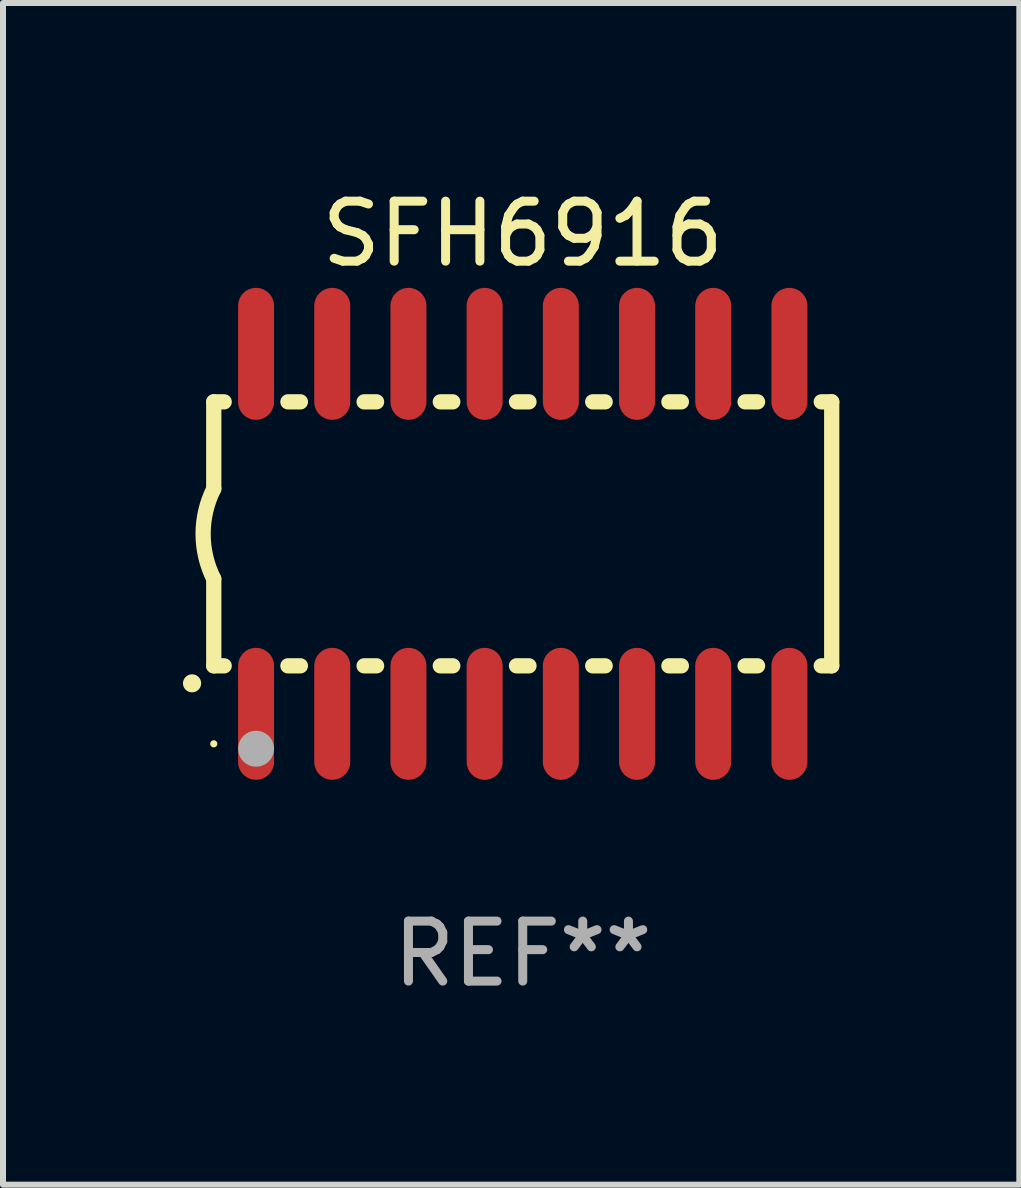
<source format=kicad_pcb>
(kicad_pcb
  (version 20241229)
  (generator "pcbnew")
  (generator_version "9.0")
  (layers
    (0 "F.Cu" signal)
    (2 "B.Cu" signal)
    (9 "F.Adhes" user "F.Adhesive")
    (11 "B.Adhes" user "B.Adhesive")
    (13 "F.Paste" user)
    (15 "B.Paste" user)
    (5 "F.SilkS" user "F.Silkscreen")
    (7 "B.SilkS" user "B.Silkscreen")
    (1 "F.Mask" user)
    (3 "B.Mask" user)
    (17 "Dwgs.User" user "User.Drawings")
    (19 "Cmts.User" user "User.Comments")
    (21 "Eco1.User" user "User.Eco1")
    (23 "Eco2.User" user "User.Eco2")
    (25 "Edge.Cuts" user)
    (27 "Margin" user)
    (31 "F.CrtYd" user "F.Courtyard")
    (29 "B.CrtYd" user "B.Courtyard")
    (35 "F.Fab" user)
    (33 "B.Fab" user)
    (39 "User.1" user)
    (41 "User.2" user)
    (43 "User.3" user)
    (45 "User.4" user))
  (footprint "SFH6916"
    (layer "F.Cu")
    (at 5.663 5.848)
    (property "Reference" "SFH6916" (at 0 -5 0) (layer "F.SilkS") (effects (font (size 1 1) (thickness 0.15))))
    (attr through_hole)
    (fp_line (start -5.15 -2.2) (end -5.15 -0.75) (stroke (width 0.254) (type solid)) (layer "F.SilkS"))
    (fp_line (start -5.15 -2.2) (end -4.976 -2.2) (stroke (width 0.254) (type solid)) (layer "F.SilkS"))
    (fp_line (start -5.15 2.2) (end -5.15 0.75) (stroke (width 0.254) (type solid)) (layer "F.SilkS"))
    (fp_line (start -5.15 2.2) (end -4.976 2.2) (stroke (width 0.254) (type solid)) (layer "F.SilkS"))
    (fp_line (start -3.914 -2.2) (end -3.706 -2.2) (stroke (width 0.254) (type solid)) (layer "F.SilkS"))
    (fp_line (start -3.914 2.2) (end -3.706 2.2) (stroke (width 0.254) (type solid)) (layer "F.SilkS"))
    (fp_line (start -2.644 -2.2) (end -2.436 -2.2) (stroke (width 0.254) (type solid)) (layer "F.SilkS"))
    (fp_line (start -2.644 2.2) (end -2.436 2.2) (stroke (width 0.254) (type solid)) (layer "F.SilkS"))
    (fp_line (start -1.374 -2.2) (end -1.166 -2.2) (stroke (width 0.254) (type solid)) (layer "F.SilkS"))
    (fp_line (start -1.374 2.2) (end -1.166 2.2) (stroke (width 0.254) (type solid)) (layer "F.SilkS"))
    (fp_line (start -0.104 -2.2) (end 0.104 -2.2) (stroke (width 0.254) (type solid)) (layer "F.SilkS"))
    (fp_line (start -0.104 2.2) (end 0.104 2.2) (stroke (width 0.254) (type solid)) (layer "F.SilkS"))
    (fp_line (start 1.166 -2.2) (end 1.374 -2.2) (stroke (width 0.254) (type solid)) (layer "F.SilkS"))
    (fp_line (start 1.166 2.2) (end 1.374 2.2) (stroke (width 0.254) (type solid)) (layer "F.SilkS"))
    (fp_line (start 2.436 -2.2) (end 2.644 -2.2) (stroke (width 0.254) (type solid)) (layer "F.SilkS"))
    (fp_line (start 2.436 2.2) (end 2.644 2.2) (stroke (width 0.254) (type solid)) (layer "F.SilkS"))
    (fp_line (start 3.706 -2.2) (end 3.914 -2.2) (stroke (width 0.254) (type solid)) (layer "F.SilkS"))
    (fp_line (start 3.706 2.2) (end 3.914 2.2) (stroke (width 0.254) (type solid)) (layer "F.SilkS"))
    (fp_line (start 4.976 -2.2) (end 5.15 -2.2) (stroke (width 0.254) (type solid)) (layer "F.SilkS"))
    (fp_line (start 4.976 2.2) (end 5.15 2.2) (stroke (width 0.254) (type solid)) (layer "F.SilkS"))
    (fp_line (start 5.15 2.2) (end 5.15 -2.2) (stroke (width 0.254) (type solid)) (layer "F.SilkS"))
    (fp_arc (start -5.513081 2.491618) (mid -5.511811 2.491613) (end -5.510541 2.491618) (stroke (width 0.3) (type solid)) (layer "F.SilkS"))
    (fp_arc (start -5.15047 0.751207) (mid -5.327506 0.000556) (end -5.150013 -0.749987) (stroke (width 0.254001) (type solid)) (layer "F.SilkS"))
    (fp_circle (center -5.15 3.5) (end -5.12 3.5) (stroke (width 0.06) (type solid)) (fill no) (layer "F.SilkS"))
    (fp_circle (center -4.445 3.582) (end -4.295 3.582) (stroke (width 0.3) (type solid)) (fill no) (layer "F.Fab"))
    (fp_text user "REF**" (at 0 7 0) (layer "F.Fab") (effects (font (size 1 1) (thickness 0.15))))
    (pad "1" smd oval (at -4.445 3 180) (size 0.6 2.2) (layers "F.Cu" "F.Mask" "F.Paste"))
    (pad "2" smd oval (at -3.175 3 180) (size 0.6 2.2) (layers "F.Cu" "F.Mask" "F.Paste"))
    (pad "3" smd oval (at -1.905 3 180) (size 0.6 2.2) (layers "F.Cu" "F.Mask" "F.Paste"))
    (pad "4" smd oval (at -0.635 3 180) (size 0.6 2.2) (layers "F.Cu" "F.Mask" "F.Paste"))
    (pad "5" smd oval (at 0.635 3 180) (size 0.6 2.2) (layers "F.Cu" "F.Mask" "F.Paste"))
    (pad "6" smd oval (at 1.905 3 180) (size 0.6 2.2) (layers "F.Cu" "F.Mask" "F.Paste"))
    (pad "7" smd oval (at 3.175 3 180) (size 0.6 2.2) (layers "F.Cu" "F.Mask" "F.Paste"))
    (pad "8" smd oval (at 4.445 3 180) (size 0.6 2.2) (layers "F.Cu" "F.Mask" "F.Paste"))
    (pad "9" smd oval (at 4.445 -3 180) (size 0.6 2.2) (layers "F.Cu" "F.Mask" "F.Paste"))
    (pad "10" smd oval (at 3.175 -3 180) (size 0.6 2.2) (layers "F.Cu" "F.Mask" "F.Paste"))
    (pad "11" smd oval (at 1.905 -3 180) (size 0.6 2.2) (layers "F.Cu" "F.Mask" "F.Paste"))
    (pad "12" smd oval (at 0.635 -3 180) (size 0.6 2.2) (layers "F.Cu" "F.Mask" "F.Paste"))
    (pad "13" smd oval (at -0.635 -3 180) (size 0.6 2.2) (layers "F.Cu" "F.Mask" "F.Paste"))
    (pad "14" smd oval (at -1.905 -3 180) (size 0.6 2.2) (layers "F.Cu" "F.Mask" "F.Paste"))
    (pad "15" smd oval (at -3.175 -3 180) (size 0.6 2.2) (layers "F.Cu" "F.Mask" "F.Paste"))
    (pad "16" smd oval (at -4.445 -3 180) (size 0.6 2.2) (layers "F.Cu" "F.Mask" "F.Paste")))
  (gr_rect
    (start -3 -3)
    (end 13.94 16.696)
    (stroke (width 0.1) (type default))
    (fill no)
    (layer "Edge.Cuts")))
</source>
